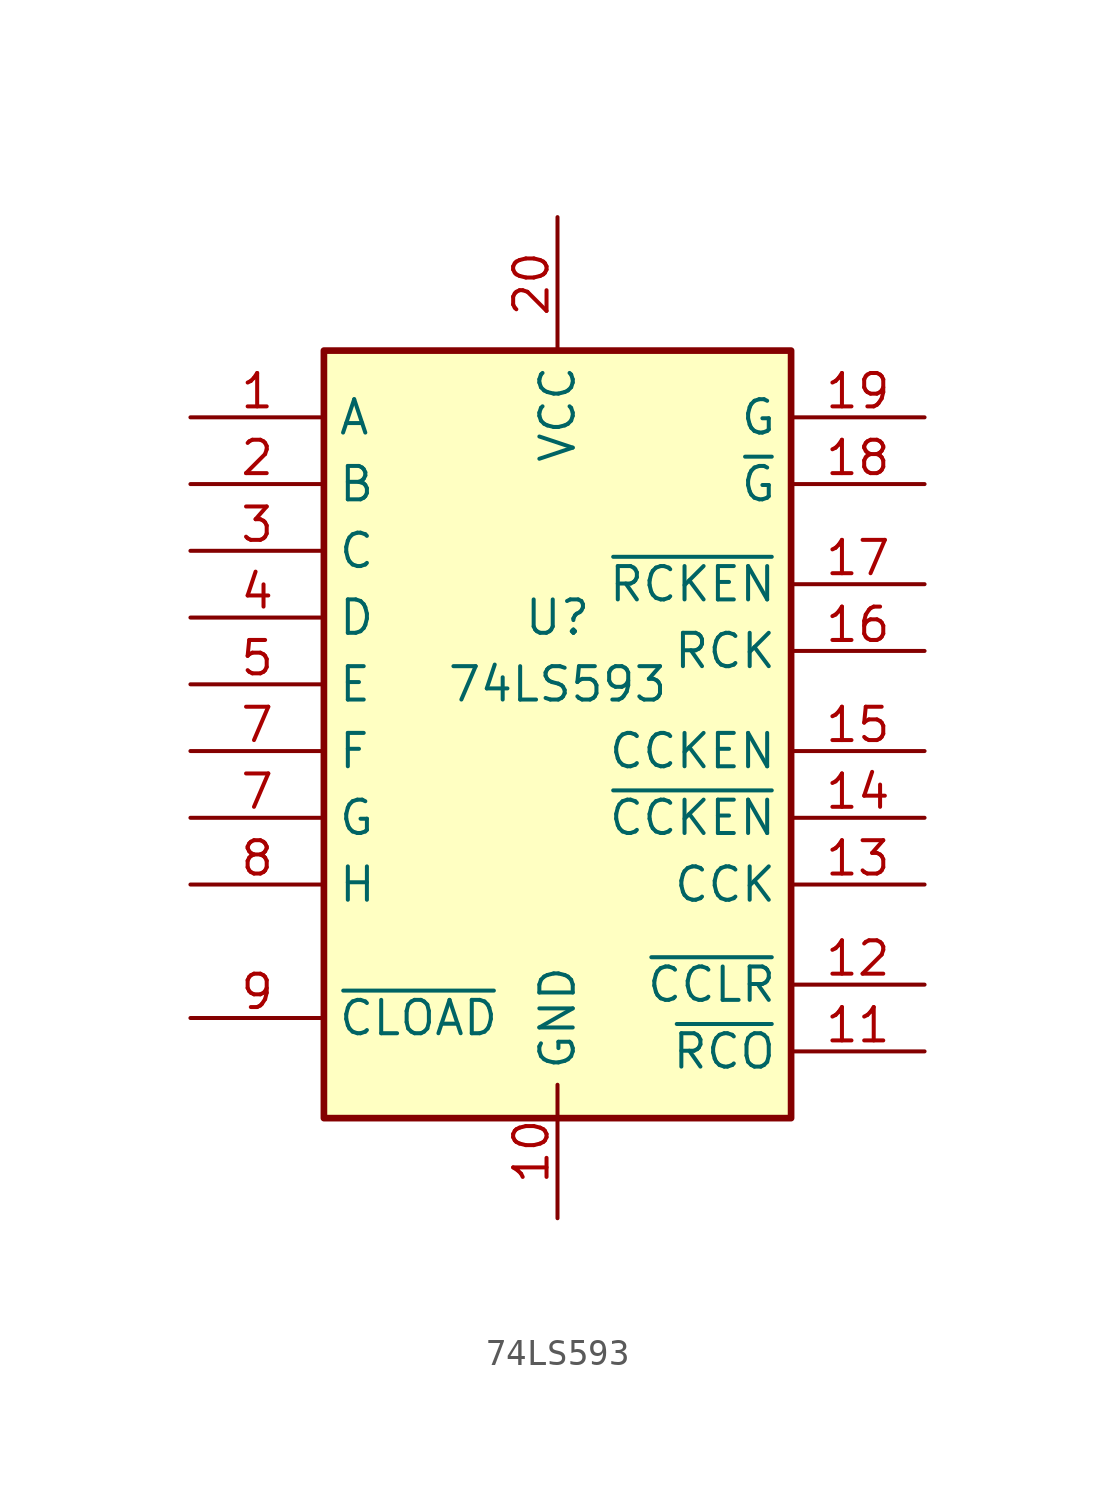
<source format=kicad_sym>
(kicad_symbol_lib
  (version 20220914)
  (generator kicad_symbol_editor)
  (symbol "74LS593"
    (property "Reference" "U"
      (at 1.27 1.27 0)
      (effects (font (size 1.27 1.27))))
    (property "Value" "74LS593"
      (at 1.27 -1.27 0)
      (effects (font (size 1.27 1.27))))
    (symbol "74LS593_1_0"
      (pin input line (at -12.7 8.89 0) (length 5.08) (name "A" (effects (font (size 1.27 1.27)))) (number "1" (effects (font (size 1.27 1.27)))))
      (pin power_in line (at 1.27 -21.59 90) (length 5.08) (name "GND" (effects (font (size 1.27 1.27)))) (number "10" (effects (font (size 1.27 1.27)))))
      (pin output line (at 15.24 -15.24 180) (length 5.08) (name "~{RCO}" (effects (font (size 1.27 1.27)))) (number "11" (effects (font (size 1.27 1.27)))))
      (pin input line (at 15.24 -12.7 180) (length 5.08) (name "~{CCLR}" (effects (font (size 1.27 1.27)))) (number "12" (effects (font (size 1.27 1.27)))))
      (pin input line (at 15.24 -8.89 180) (length 5.08) (name "CCK" (effects (font (size 1.27 1.27)))) (number "13" (effects (font (size 1.27 1.27)))))
      (pin input line (at 15.24 -6.35 180) (length 5.08) (name "~{CCKEN}" (effects (font (size 1.27 1.27)))) (number "14" (effects (font (size 1.27 1.27)))))
      (pin input line (at 15.24 -3.81 180) (length 5.08) (name "CCKEN" (effects (font (size 1.27 1.27)))) (number "15" (effects (font (size 1.27 1.27)))))
      (pin input line (at 15.24 0 180) (length 5.08) (name "RCK" (effects (font (size 1.27 1.27)))) (number "16" (effects (font (size 1.27 1.27)))))
      (pin input line (at 15.24 2.54 180) (length 5.08) (name "~{RCKEN}" (effects (font (size 1.27 1.27)))) (number "17" (effects (font (size 1.27 1.27)))))
      (pin input line (at 15.24 6.35 180) (length 5.08) (name "~{G}" (effects (font (size 1.27 1.27)))) (number "18" (effects (font (size 1.27 1.27)))))
      (pin input line (at 15.24 8.89 180) (length 5.08) (name "G" (effects (font (size 1.27 1.27)))) (number "19" (effects (font (size 1.27 1.27)))))
      (pin input line (at -12.7 6.35 0) (length 5.08) (name "B" (effects (font (size 1.27 1.27)))) (number "2" (effects (font (size 1.27 1.27)))))
      (pin power_in line (at 1.27 16.51 270) (length 5.08) (name "VCC" (effects (font (size 1.27 1.27)))) (number "20" (effects (font (size 1.27 1.27)))))
      (pin input line (at -12.7 3.81 0) (length 5.08) (name "C" (effects (font (size 1.27 1.27)))) (number "3" (effects (font (size 1.27 1.27)))))
      (pin input line (at -12.7 1.27 0) (length 5.08) (name "D" (effects (font (size 1.27 1.27)))) (number "4" (effects (font (size 1.27 1.27)))))
      (pin input line (at -12.7 -1.27 0) (length 5.08) (name "E" (effects (font (size 1.27 1.27)))) (number "5" (effects (font (size 1.27 1.27)))))
      (pin input line (at -12.7 -3.81 0) (length 5.08) (name "F" (effects (font (size 1.27 1.27)))) (number "7" (effects (font (size 1.27 1.27)))))
      (pin input line (at -12.7 -6.35 0) (length 5.08) (name "G" (effects (font (size 1.27 1.27)))) (number "7" (effects (font (size 1.27 1.27)))))
      (pin input line (at -12.7 -8.89 0) (length 5.08) (name "H" (effects (font (size 1.27 1.27)))) (number "8" (effects (font (size 1.27 1.27)))))
      (pin input line (at -12.7 -13.97 0) (length 5.08) (name "~{CLOAD}" (effects (font (size 1.27 1.27)))) (number "9" (effects (font (size 1.27 1.27))))))
    (symbol "74LS593_1_1"
      (rectangle (start -7.62 11.43) (end 10.16 -17.78) (stroke (width 0.254) (type default)) (fill (type background))))))
</source>
